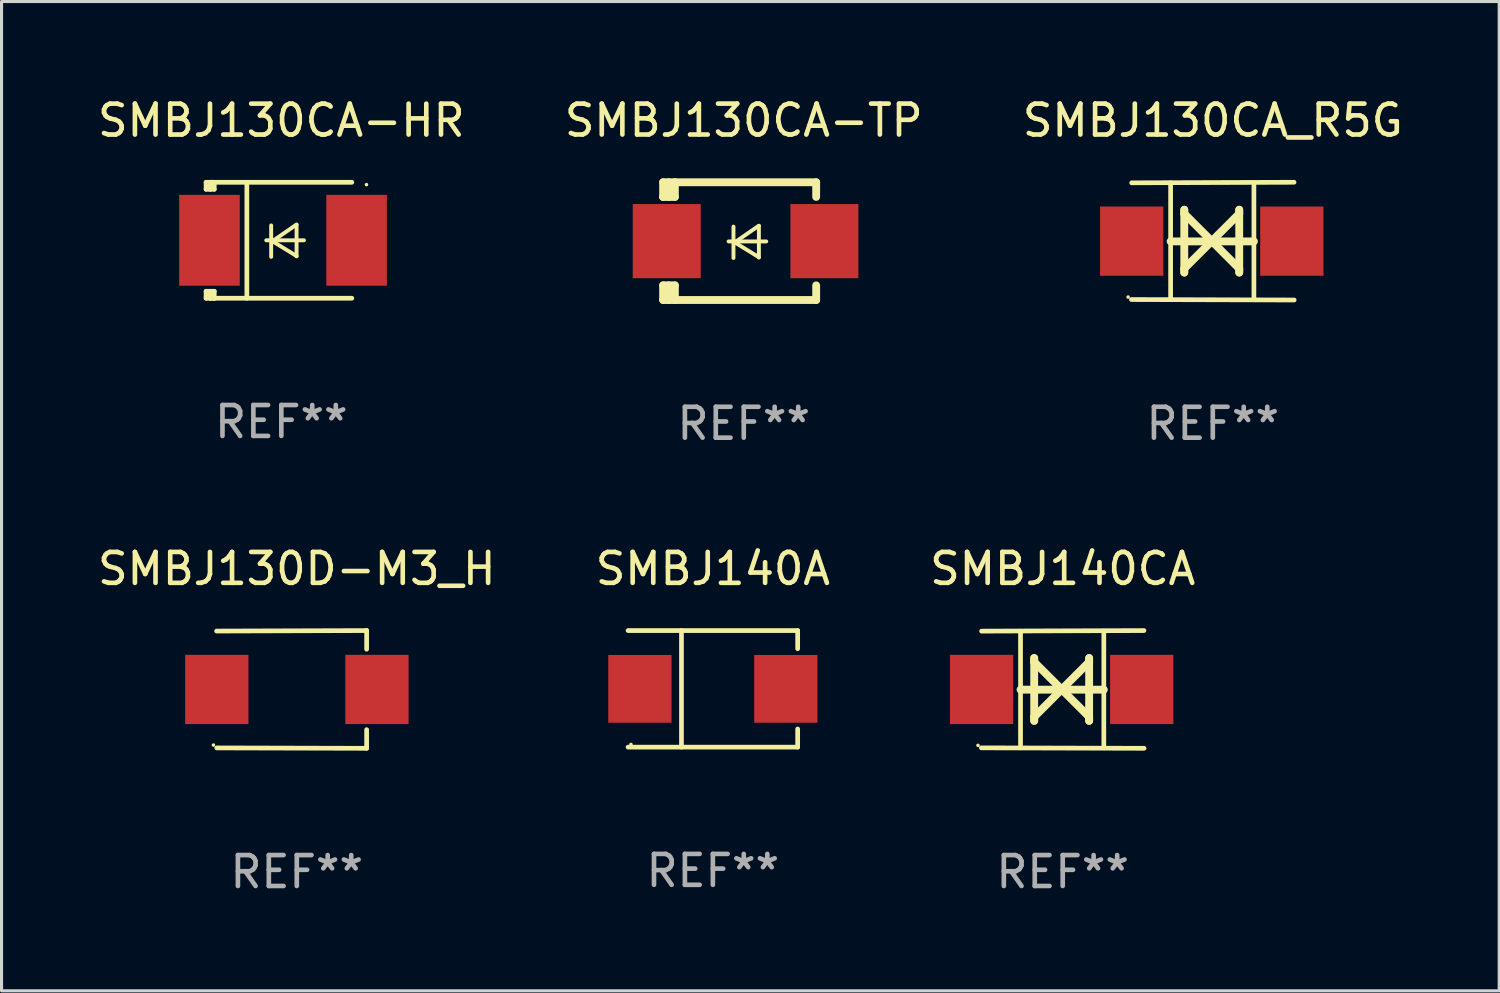
<source format=kicad_pcb>
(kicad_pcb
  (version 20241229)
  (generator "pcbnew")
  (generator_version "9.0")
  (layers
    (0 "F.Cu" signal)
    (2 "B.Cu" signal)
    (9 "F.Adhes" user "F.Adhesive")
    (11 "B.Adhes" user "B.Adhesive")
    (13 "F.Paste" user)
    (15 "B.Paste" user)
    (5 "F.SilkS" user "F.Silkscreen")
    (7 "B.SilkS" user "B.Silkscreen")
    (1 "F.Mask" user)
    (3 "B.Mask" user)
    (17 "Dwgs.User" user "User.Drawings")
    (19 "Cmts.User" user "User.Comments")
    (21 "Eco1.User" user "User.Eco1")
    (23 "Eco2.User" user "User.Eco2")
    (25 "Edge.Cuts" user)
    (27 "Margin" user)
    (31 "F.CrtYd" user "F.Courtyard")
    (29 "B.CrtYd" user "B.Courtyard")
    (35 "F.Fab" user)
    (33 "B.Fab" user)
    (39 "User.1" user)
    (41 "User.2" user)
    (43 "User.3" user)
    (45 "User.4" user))
  (footprint "SMBJ130CA-HR"
    (layer "F.Cu")
    (at 6.054 4.725)
    (property "Reference" "SMBJ130CA-HR" (at 0 -3.876 0) (layer "F.SilkS") (effects (font (size 1 1) (thickness 0.15))))
    (attr through_hole)
    (fp_line (start -2.435 1.65) (end -2.171 1.65) (stroke (width 0.152) (type solid)) (layer "F.SilkS"))
    (fp_line (start -2.435 1.876) (end -2.435 1.65) (stroke (width 0.152) (type solid)) (layer "F.SilkS"))
    (fp_line (start -2.435 -1.876) (end -2.171 -1.876) (stroke (width 0.152) (type solid)) (layer "F.SilkS"))
    (fp_line (start -2.435 -1.65) (end -2.435 -1.876) (stroke (width 0.152) (type solid)) (layer "F.SilkS"))
    (fp_line (start -2.305 -1.866) (end -2.295 -1.876) (stroke (width 0.152) (type solid)) (layer "F.SilkS"))
    (fp_line (start -2.305 -1.65) (end -2.305 -1.866) (stroke (width 0.152) (type solid)) (layer "F.SilkS"))
    (fp_line (start -2.305 1.876) (end -2.305 1.65) (stroke (width 0.152) (type solid)) (layer "F.SilkS"))
    (fp_line (start -2.295 -1.876) (end -2.295 -1.65) (stroke (width 0.152) (type solid)) (layer "F.SilkS"))
    (fp_line (start -2.171 1.876) (end -2.435 1.876) (stroke (width 0.152) (type solid)) (layer "F.SilkS"))
    (fp_line (start -2.171 -1.65) (end -2.435 -1.65) (stroke (width 0.152) (type solid)) (layer "F.SilkS"))
    (fp_line (start -2.171 -1.876) (end -2.295 -1.876) (stroke (width 0.152) (type solid)) (layer "F.SilkS"))
    (fp_line (start -2.171 -1.65) (end -2.171 -1.876) (stroke (width 0.152) (type solid)) (layer "F.SilkS"))
    (fp_line (start -2.171 1.876) (end -2.305 1.876) (stroke (width 0.152) (type solid)) (layer "F.SilkS"))
    (fp_line (start -2.171 1.876) (end -2.171 1.65) (stroke (width 0.152) (type solid)) (layer "F.SilkS"))
    (fp_line (start -1.116 1.876) (end -1.116 -1.876) (stroke (width 0.152) (type solid)) (layer "F.SilkS"))
    (fp_line (start -0.488 0.000102) (end 0.731 0.000102) (stroke (width 0.127) (type solid)) (layer "F.SilkS"))
    (fp_line (start -0.329 -0.48) (end -0.329 0.536) (stroke (width 0.127) (type solid)) (layer "F.SilkS"))
    (fp_line (start -0.29 0.03) (end 0.493 0.51) (stroke (width 0.127) (type solid)) (layer "F.SilkS"))
    (fp_line (start 0.493 -0.51) (end -0.29 0.03) (stroke (width 0.127) (type solid)) (layer "F.SilkS"))
    (fp_line (start 0.493 0.52) (end 0.493 -0.496) (stroke (width 0.127) (type solid)) (layer "F.SilkS"))
    (fp_line (start 2.281 -1.876) (end -2.171 -1.876) (stroke (width 0.152) (type solid)) (layer "F.SilkS"))
    (fp_line (start 2.281 1.876) (end -2.171 1.876) (stroke (width 0.152) (type solid)) (layer "F.SilkS"))
    (fp_circle (center 2.755 -1.8) (end 2.785 -1.8) (stroke (width 0.06) (type solid)) (fill no) (layer "F.SilkS"))
    (fp_text user "REF**" (at 0 5.876 0) (layer "F.Fab") (effects (font (size 1 1) (thickness 0.15))))
    (pad "1" smd rect (at 2.435 -0.000025 180) (size 1.96 2.94) (layers "F.Cu" "F.Mask" "F.Paste"))
    (pad "2" smd rect (at -2.325 -0.000025 180) (size 1.96 2.94) (layers "F.Cu" "F.Mask" "F.Paste")))
  (footprint "SMBJ140CA"
    (layer "F.Cu")
    (at 31.339 19.26)
    (property "Reference" "SMBJ140CA" (at 0 -3.905 0) (layer "F.SilkS") (effects (font (size 1 1) (thickness 0.15))))
    (attr through_hole)
    (fp_line (start -1.365 1.886) (end -1.365 -1.886) (stroke (width 0.152) (type solid)) (layer "F.SilkS"))
    (fp_line (start -1.365 0.008) (end 1.33 0.008) (stroke (width 0.254) (type solid)) (layer "F.SilkS"))
    (fp_line (start -0.923 -1.016) (end -0.923 1.016) (stroke (width 0.254) (type solid)) (layer "F.SilkS"))
    (fp_line (start -0.923 -0.889) (end -0.923 -1.016) (stroke (width 0.254) (type solid)) (layer "F.SilkS"))
    (fp_line (start -0.923 0.889) (end -0.034 0) (stroke (width 0.254) (type solid)) (layer "F.SilkS"))
    (fp_line (start -0.923 1.016) (end -0.923 0.889) (stroke (width 0.254) (type solid)) (layer "F.SilkS"))
    (fp_line (start -0.034 0) (end -0.923 -0.889) (stroke (width 0.254) (type solid)) (layer "F.SilkS"))
    (fp_line (start -0.034 0) (end 0.855 0.889) (stroke (width 0.254) (type solid)) (layer "F.SilkS"))
    (fp_line (start 0.855 -1.016) (end 0.855 -0.889) (stroke (width 0.254) (type solid)) (layer "F.SilkS"))
    (fp_line (start 0.855 -0.889) (end -0.034 0) (stroke (width 0.254) (type solid)) (layer "F.SilkS"))
    (fp_line (start 0.855 0.889) (end 0.855 1.016) (stroke (width 0.254) (type solid)) (layer "F.SilkS"))
    (fp_line (start 0.855 1.016) (end 0.855 -1.016) (stroke (width 0.254) (type solid)) (layer "F.SilkS"))
    (fp_line (start 1.33 1.886) (end 1.33 -1.886) (stroke (width 0.152) (type solid)) (layer "F.SilkS"))
    (fp_line (start 2.629 -1.905) (end -2.625 -1.887) (stroke (width 0.152) (type solid)) (layer "F.SilkS"))
    (fp_line (start 2.633 1.905) (end -2.633 1.89) (stroke (width 0.152) (type solid)) (layer "F.SilkS"))
    (fp_circle (center -2.741 1.81) (end -2.711 1.81) (stroke (width 0.06) (type solid)) (fill no) (layer "F.SilkS"))
    (fp_text user "REF**" (at 0 5.905 0) (layer "F.Fab") (effects (font (size 1 1) (thickness 0.15))))
    (pad "1" smd rect (at -2.625 0) (size 2.047 2.241) (layers "F.Cu" "F.Mask" "F.Paste"))
    (pad "2" smd rect (at 2.557 0) (size 2.047 2.241) (layers "F.Cu" "F.Mask" "F.Paste")))
  (footprint "SMBJ130CA_R5G"
    (layer "F.Cu")
    (at 36.196 4.753)
    (property "Reference" "SMBJ130CA_R5G" (at 0 -3.905 0) (layer "F.SilkS") (effects (font (size 1 1) (thickness 0.15))))
    (attr through_hole)
    (fp_line (start -1.365 1.886) (end -1.365 -1.886) (stroke (width 0.152) (type solid)) (layer "F.SilkS"))
    (fp_line (start -1.365 0.008) (end 1.33 0.008) (stroke (width 0.254) (type solid)) (layer "F.SilkS"))
    (fp_line (start -0.923 -1.016) (end -0.923 1.016) (stroke (width 0.254) (type solid)) (layer "F.SilkS"))
    (fp_line (start -0.923 -0.889) (end -0.923 -1.016) (stroke (width 0.254) (type solid)) (layer "F.SilkS"))
    (fp_line (start -0.923 0.889) (end -0.034 0) (stroke (width 0.254) (type solid)) (layer "F.SilkS"))
    (fp_line (start -0.923 1.016) (end -0.923 0.889) (stroke (width 0.254) (type solid)) (layer "F.SilkS"))
    (fp_line (start -0.034 0) (end -0.923 -0.889) (stroke (width 0.254) (type solid)) (layer "F.SilkS"))
    (fp_line (start -0.034 0) (end 0.855 0.889) (stroke (width 0.254) (type solid)) (layer "F.SilkS"))
    (fp_line (start 0.855 -1.016) (end 0.855 -0.889) (stroke (width 0.254) (type solid)) (layer "F.SilkS"))
    (fp_line (start 0.855 -0.889) (end -0.034 0) (stroke (width 0.254) (type solid)) (layer "F.SilkS"))
    (fp_line (start 0.855 0.889) (end 0.855 1.016) (stroke (width 0.254) (type solid)) (layer "F.SilkS"))
    (fp_line (start 0.855 1.016) (end 0.855 -1.016) (stroke (width 0.254) (type solid)) (layer "F.SilkS"))
    (fp_line (start 1.33 1.886) (end 1.33 -1.886) (stroke (width 0.152) (type solid)) (layer "F.SilkS"))
    (fp_line (start 2.629 -1.905) (end -2.625 -1.887) (stroke (width 0.152) (type solid)) (layer "F.SilkS"))
    (fp_line (start 2.633 1.905) (end -2.633 1.89) (stroke (width 0.152) (type solid)) (layer "F.SilkS"))
    (fp_circle (center -2.741 1.81) (end -2.711 1.81) (stroke (width 0.06) (type solid)) (fill no) (layer "F.SilkS"))
    (fp_text user "REF**" (at 0 5.905 0) (layer "F.Fab") (effects (font (size 1 1) (thickness 0.15))))
    (pad "1" smd rect (at -2.625 0) (size 2.047 2.241) (layers "F.Cu" "F.Mask" "F.Paste"))
    (pad "2" smd rect (at 2.557 0) (size 2.047 2.241) (layers "F.Cu" "F.Mask" "F.Paste")))
  (footprint "SMBJ130D-M3_H"
    (layer "F.Cu")
    (at 6.554 19.26)
    (property "Reference" "SMBJ130D-M3_H" (at 0 -3.905 0) (layer "F.SilkS") (effects (font (size 1 1) (thickness 0.15))))
    (attr through_hole)
    (fp_line (start 2.256 -1.905) (end -2.594 -1.889) (stroke (width 0.152) (type solid)) (layer "F.SilkS"))
    (fp_line (start 2.256 -1.905) (end 2.26 -1.905) (stroke (width 0.152) (type solid)) (layer "F.SilkS"))
    (fp_line (start 2.26 -1.905) (end 2.26 -1.301) (stroke (width 0.152) (type solid)) (layer "F.SilkS"))
    (fp_line (start 2.26 1.301) (end 2.26 1.905) (stroke (width 0.152) (type solid)) (layer "F.SilkS"))
    (fp_line (start 2.26 1.905) (end -2.59 1.892) (stroke (width 0.152) (type solid)) (layer "F.SilkS"))
    (fp_circle (center -2.697 1.8) (end -2.667 1.8) (stroke (width 0.06) (type solid)) (fill no) (layer "F.SilkS"))
    (fp_text user "REF**" (at 0 5.905 0) (layer "F.Fab") (effects (font (size 1 1) (thickness 0.15))))
    (pad "1" smd rect (at -2.588 0) (size 2.047 2.241) (layers "F.Cu" "F.Mask" "F.Paste"))
    (pad "2" smd rect (at 2.594 0) (size 2.047 2.241) (layers "F.Cu" "F.Mask" "F.Paste")))
  (footprint "SMBJ130CA-TP"
    (layer "F.Cu")
    (at 21.018 4.753)
    (property "Reference" "SMBJ130CA-TP" (at 0 -3.905 0) (layer "F.SilkS") (effects (font (size 1 1) (thickness 0.15))))
    (attr through_hole)
    (fp_line (start -2.609 -1.905) (end -2.609 -1.431) (stroke (width 0.254) (type solid)) (layer "F.SilkS"))
    (fp_line (start -2.609 1.431) (end -2.609 1.905) (stroke (width 0.254) (type solid)) (layer "F.SilkS"))
    (fp_line (start -2.609 1.431) (end -2.229 1.431) (stroke (width 0.254) (type solid)) (layer "F.SilkS"))
    (fp_line (start -2.609 1.905) (end -2.229 1.905) (stroke (width 0.254) (type solid)) (layer "F.SilkS"))
    (fp_line (start -2.609 -1.431) (end -2.609 -1.431) (stroke (width 0.254) (type solid)) (layer "F.SilkS"))
    (fp_line (start -2.427 -1.431) (end -2.427 -1.905) (stroke (width 0.254) (type solid)) (layer "F.SilkS"))
    (fp_line (start -2.427 1.905) (end -2.427 1.431) (stroke (width 0.254) (type solid)) (layer "F.SilkS"))
    (fp_line (start -2.229 -1.905) (end -2.609 -1.905) (stroke (width 0.254) (type solid)) (layer "F.SilkS"))
    (fp_line (start -2.229 -1.905) (end 2.343 -1.905) (stroke (width 0.254) (type solid)) (layer "F.SilkS"))
    (fp_line (start -2.229 -1.431) (end -2.609 -1.431) (stroke (width 0.254) (type solid)) (layer "F.SilkS"))
    (fp_line (start -2.229 -1.431) (end -2.229 -1.905) (stroke (width 0.254) (type solid)) (layer "F.SilkS"))
    (fp_line (start -2.229 1.905) (end -2.229 1.431) (stroke (width 0.254) (type solid)) (layer "F.SilkS"))
    (fp_line (start -0.491 0.01) (end 0.727 0.01) (stroke (width 0.127) (type solid)) (layer "F.SilkS"))
    (fp_line (start -0.333 -0.47) (end -0.333 0.546) (stroke (width 0.127) (type solid)) (layer "F.SilkS"))
    (fp_line (start -0.293 0.04) (end 0.489 0.52) (stroke (width 0.127) (type solid)) (layer "F.SilkS"))
    (fp_line (start 0.489 -0.5) (end -0.293 0.04) (stroke (width 0.127) (type solid)) (layer "F.SilkS"))
    (fp_line (start 0.489 0.53) (end 0.489 -0.486) (stroke (width 0.127) (type solid)) (layer "F.SilkS"))
    (fp_line (start 2.343 -1.905) (end 2.343 -1.431) (stroke (width 0.254) (type solid)) (layer "F.SilkS"))
    (fp_line (start 2.343 1.431) (end 2.343 1.905) (stroke (width 0.254) (type solid)) (layer "F.SilkS"))
    (fp_line (start 2.343 1.905) (end -2.229 1.905) (stroke (width 0.254) (type solid)) (layer "F.SilkS"))
    (fp_circle (center -2.643 1.8) (end -2.613 1.8) (stroke (width 0.06) (type solid)) (fill no) (layer "F.SilkS"))
    (fp_text user "REF**" (at 0 5.905 0) (layer "F.Fab") (effects (font (size 1 1) (thickness 0.15))))
    (pad "1" smd rect (at -2.493 0) (size 2.2 2.4) (layers "F.Cu" "F.Mask" "F.Paste"))
    (pad "2" smd rect (at 2.609 0) (size 2.2 2.4) (layers "F.Cu" "F.Mask" "F.Paste")))
  (footprint "SMBJ140A"
    (layer "F.Cu")
    (at 20.018 19.241)
    (property "Reference" "SMBJ140A" (at 0 -3.886 0) (layer "F.SilkS") (effects (font (size 1 1) (thickness 0.15))))
    (attr through_hole)
    (fp_line (start -2.744 -1.886) (end 2.744 -1.886) (stroke (width 0.152) (type solid)) (layer "F.SilkS"))
    (fp_line (start -2.744 1.886) (end 2.744 1.886) (stroke (width 0.152) (type solid)) (layer "F.SilkS"))
    (fp_line (start -1.016 -1.886) (end -1.016 1.886) (stroke (width 0.152) (type solid)) (layer "F.SilkS"))
    (fp_line (start 2.744 -1.886) (end 2.744 -1.299) (stroke (width 0.152) (type solid)) (layer "F.SilkS"))
    (fp_line (start 2.744 1.886) (end 2.744 1.299) (stroke (width 0.152) (type solid)) (layer "F.SilkS"))
    (fp_circle (center -2.65 1.8) (end -2.62 1.8) (stroke (width 0.06) (type solid)) (fill no) (layer "F.SilkS"))
    (fp_text user "REF**" (at 0 5.886 0) (layer "F.Fab") (effects (font (size 1 1) (thickness 0.15))))
    (pad "1" smd rect (at -2.361 0) (size 2.047 2.192) (layers "F.Cu" "F.Mask" "F.Paste"))
    (pad "2" smd rect (at 2.361 0) (size 2.047 2.192) (layers "F.Cu" "F.Mask" "F.Paste")))
  (gr_rect
    (start -3 -3)
    (end 45.464 29.013)
    (stroke (width 0.1) (type default))
    (fill no)
    (layer "Edge.Cuts")))
</source>
